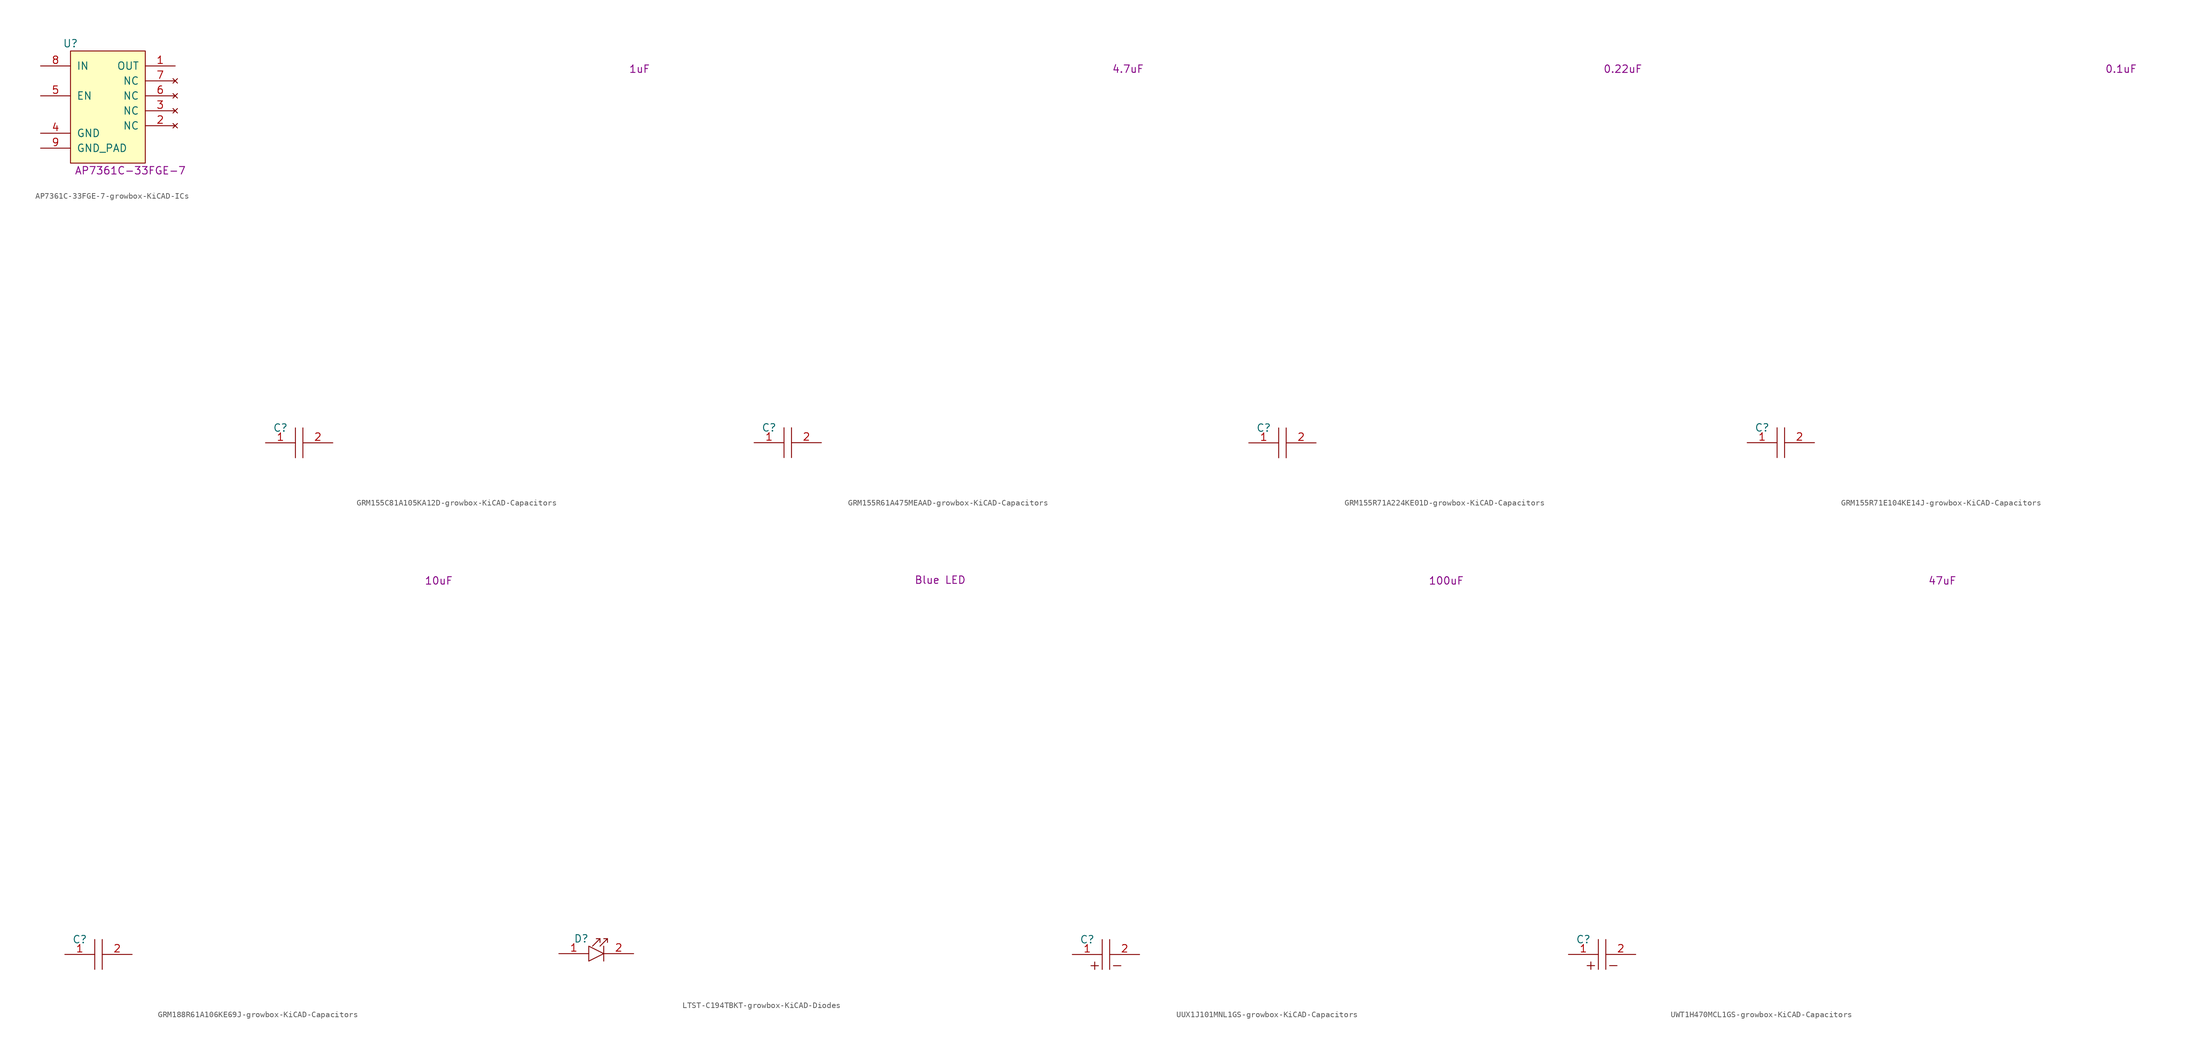
<source format=kicad_sym>
(kicad_symbol_lib
  (version 20231120)
  (generator "kicad_symbol_editor")
  (generator_version "8.0")
  (symbol "AP7361C-33FGE-7-growbox-KiCAD-ICs"
    (pin_names
      (offset 1.016))
    (property "Reference" "U"
      (at 0 1.27 0)
      (effects (font (size 1.27 1.27))))
    (property "_Value_" "AP7361C-33FGE-7"
      (at 10.16 -20.32 0)
      (effects (font (size 1.27 1.27))))
    (symbol "AP7361C-33FGE-7-growbox-KiCAD-ICs_0_1"
      (rectangle (start 0 0) (end 12.7 -19.05) (stroke (width 0) (type solid)) (fill (type background))))
    (symbol "AP7361C-33FGE-7-growbox-KiCAD-ICs_1_1"
      (pin power_out line (at 17.78 -2.54 180) (length 5.08) (name "OUT" (effects (font (size 1.27 1.27)))) (number "1" (effects (font (size 1.27 1.27)))))
      (pin no_connect line (at 17.78 -12.7 180) (length 5.08) (name "NC" (effects (font (size 1.27 1.27)))) (number "2" (effects (font (size 1.27 1.27)))))
      (pin no_connect line (at 17.78 -10.16 180) (length 5.08) (name "NC" (effects (font (size 1.27 1.27)))) (number "3" (effects (font (size 1.27 1.27)))))
      (pin passive line (at -5.08 -13.97 0) (length 5.08) (name "GND" (effects (font (size 1.27 1.27)))) (number "4" (effects (font (size 1.27 1.27)))))
      (pin input line (at -5.08 -7.62 0) (length 5.08) (name "EN" (effects (font (size 1.27 1.27)))) (number "5" (effects (font (size 1.27 1.27)))))
      (pin no_connect line (at 17.78 -7.62 180) (length 5.08) (name "NC" (effects (font (size 1.27 1.27)))) (number "6" (effects (font (size 1.27 1.27)))))
      (pin no_connect line (at 17.78 -5.08 180) (length 5.08) (name "NC" (effects (font (size 1.27 1.27)))) (number "7" (effects (font (size 1.27 1.27)))))
      (pin power_in line (at -5.08 -2.54 0) (length 5.08) (name "IN" (effects (font (size 1.27 1.27)))) (number "8" (effects (font (size 1.27 1.27)))))
      (pin power_in line (at -5.08 -16.51 0) (length 5.08) (name "GND_PAD" (effects (font (size 1.27 1.27)))) (number "9" (effects (font (size 1.27 1.27)))))))
  (symbol "GRM155C81A105KA12D-growbox-KiCAD-Capacitors"
    (pin_names
      (offset 1.016))
    (property "Reference" "C"
      (at -2.54 2.54 0)
      (effects (font (size 1.27 1.27))))
    (property "_Value_" "1uF"
      (at 58.42 63.5 0)
      (effects (font (size 1.27 1.27))))
    (symbol "GRM155C81A105KA12D-growbox-KiCAD-Capacitors_1_1"
      (polyline (pts (xy 0 2.54) (xy 0 -2.54)) (stroke (width 0) (type solid)) (fill (type none)))
      (polyline (pts (xy 1.27 2.54) (xy 1.27 -2.54)) (stroke (width 0) (type solid)) (fill (type none)))
      (pin input line (at -5.08 0 0) (length 5.08) (name "~" (effects (font (size 1.27 1.27)))) (number "1" (effects (font (size 1.27 1.27)))))
      (pin input line (at 6.35 0 180) (length 5.08) (name "~" (effects (font (size 1.27 1.27)))) (number "2" (effects (font (size 1.27 1.27)))))))
  (symbol "GRM155R61A475MEAAD-growbox-KiCAD-Capacitors"
    (pin_names
      (offset 1.016))
    (property "Reference" "C"
      (at -2.54 2.54 0)
      (effects (font (size 1.27 1.27))))
    (property "_Value_" "4.7uF"
      (at 58.42 63.5 0)
      (effects (font (size 1.27 1.27))))
    (symbol "GRM155R61A475MEAAD-growbox-KiCAD-Capacitors_1_1"
      (polyline (pts (xy 0 2.54) (xy 0 -2.54)) (stroke (width 0) (type solid)) (fill (type none)))
      (polyline (pts (xy 1.27 2.54) (xy 1.27 -2.54)) (stroke (width 0) (type solid)) (fill (type none)))
      (pin input line (at -5.08 0 0) (length 5.08) (name "~" (effects (font (size 1.27 1.27)))) (number "1" (effects (font (size 1.27 1.27)))))
      (pin input line (at 6.35 0 180) (length 5.08) (name "~" (effects (font (size 1.27 1.27)))) (number "2" (effects (font (size 1.27 1.27)))))))
  (symbol "GRM155R71A224KE01D-growbox-KiCAD-Capacitors"
    (pin_names
      (offset 1.016))
    (property "Reference" "C"
      (at -2.54 2.54 0)
      (effects (font (size 1.27 1.27))))
    (property "_Value_" "0.22uF"
      (at 58.42 63.5 0)
      (effects (font (size 1.27 1.27))))
    (symbol "GRM155R71A224KE01D-growbox-KiCAD-Capacitors_1_1"
      (polyline (pts (xy 0 2.54) (xy 0 -2.54)) (stroke (width 0) (type solid)) (fill (type none)))
      (polyline (pts (xy 1.27 2.54) (xy 1.27 -2.54)) (stroke (width 0) (type solid)) (fill (type none)))
      (pin input line (at -5.08 0 0) (length 5.08) (name "~" (effects (font (size 1.27 1.27)))) (number "1" (effects (font (size 1.27 1.27)))))
      (pin input line (at 6.35 0 180) (length 5.08) (name "~" (effects (font (size 1.27 1.27)))) (number "2" (effects (font (size 1.27 1.27)))))))
  (symbol "GRM155R71E104KE14J-growbox-KiCAD-Capacitors"
    (pin_names
      (offset 1.016))
    (property "Reference" "C"
      (at -2.54 2.54 0)
      (effects (font (size 1.27 1.27))))
    (property "_Value_" "0.1uF"
      (at 58.42 63.5 0)
      (effects (font (size 1.27 1.27))))
    (symbol "GRM155R71E104KE14J-growbox-KiCAD-Capacitors_1_1"
      (polyline (pts (xy 0 2.54) (xy 0 -2.54)) (stroke (width 0) (type solid)) (fill (type none)))
      (polyline (pts (xy 1.27 2.54) (xy 1.27 -2.54)) (stroke (width 0) (type solid)) (fill (type none)))
      (pin input line (at -5.08 0 0) (length 5.08) (name "~" (effects (font (size 1.27 1.27)))) (number "1" (effects (font (size 1.27 1.27)))))
      (pin input line (at 6.35 0 180) (length 5.08) (name "~" (effects (font (size 1.27 1.27)))) (number "2" (effects (font (size 1.27 1.27)))))))
  (symbol "GRM188R61A106KE69J-growbox-KiCAD-Capacitors"
    (pin_names
      (offset 1.016))
    (property "Reference" "C"
      (at -2.54 2.54 0)
      (effects (font (size 1.27 1.27))))
    (property "_Value_" "10uF"
      (at 58.42 63.5 0)
      (effects (font (size 1.27 1.27))))
    (symbol "GRM188R61A106KE69J-growbox-KiCAD-Capacitors_1_1"
      (polyline (pts (xy 0 2.54) (xy 0 -2.54)) (stroke (width 0) (type solid)) (fill (type none)))
      (polyline (pts (xy 1.27 2.54) (xy 1.27 -2.54)) (stroke (width 0) (type solid)) (fill (type none)))
      (pin input line (at -5.08 0 0) (length 5.08) (name "~" (effects (font (size 1.27 1.27)))) (number "1" (effects (font (size 1.27 1.27)))))
      (pin input line (at 6.35 0 180) (length 5.08) (name "~" (effects (font (size 1.27 1.27)))) (number "2" (effects (font (size 1.27 1.27)))))))
  (symbol "LTST-C194TBKT-growbox-KiCAD-Diodes"
    (pin_names
      (offset 1.016))
    (property "Reference" "D"
      (at -2.54 2.54 0)
      (effects (font (size 1.27 1.27))))
    (property "_Value_" "Blue LED"
      (at 58.42 63.5 0)
      (effects (font (size 1.27 1.27))))
    (symbol "LTST-C194TBKT-growbox-KiCAD-Diodes_0_1"
      (polyline (pts (xy -0.635 1.27) (xy 0.635 2.54)) (stroke (width 0) (type solid)) (fill (type none)))
      (polyline (pts (xy 0.635 2.54) (xy 0 2.54)) (stroke (width 0) (type solid)) (fill (type none)))
      (polyline (pts (xy 0.635 2.54) (xy 0.635 1.905)) (stroke (width 0) (type solid)) (fill (type none)))
      (polyline (pts (xy 1.27 -1.27) (xy 1.27 1.27)) (stroke (width 0) (type solid)) (fill (type none)))
      (polyline (pts (xy 1.905 2.54) (xy 1.905 1.905)) (stroke (width 0) (type solid)) (fill (type none)))
      (polyline (pts (xy 0.635 1.27) (xy 1.905 2.54) (xy 1.27 2.54)) (stroke (width 0) (type solid)) (fill (type none)))
      (polyline (pts (xy -1.27 1.27) (xy -1.27 -1.27) (xy 1.27 0) (xy -1.27 1.27)) (stroke (width 0) (type solid)) (fill (type none))))
    (symbol "LTST-C194TBKT-growbox-KiCAD-Diodes_1_1"
      (pin passive line (at -6.35 0 0) (length 5.08) (name "~" (effects (font (size 1.27 1.27)))) (number "1" (effects (font (size 1.27 1.27)))))
      (pin passive line (at 6.35 0 180) (length 5.08) (name "~" (effects (font (size 1.27 1.27)))) (number "2" (effects (font (size 1.27 1.27)))))))
  (symbol "UUX1J101MNL1GS-growbox-KiCAD-Capacitors"
    (pin_names
      (offset 1.016))
    (property "Reference" "C"
      (at -2.54 2.54 0)
      (effects (font (size 1.27 1.27))))
    (property "_Value_" "100uF"
      (at 58.42 63.5 0)
      (effects (font (size 1.27 1.27))))
    (symbol "UUX1J101MNL1GS-growbox-KiCAD-Capacitors_0_1"
      (polyline (pts (xy -1.27 -1.27) (xy -1.27 -2.54)) (stroke (width 0) (type solid)) (fill (type none)))
      (polyline (pts (xy -0.635 -1.905) (xy -1.905 -1.905)) (stroke (width 0) (type solid)) (fill (type none)))
      (polyline (pts (xy 1.905 -1.905) (xy 3.175 -1.905)) (stroke (width 0) (type solid)) (fill (type none))))
    (symbol "UUX1J101MNL1GS-growbox-KiCAD-Capacitors_1_1"
      (polyline (pts (xy 0 2.54) (xy 0 -2.54)) (stroke (width 0) (type solid)) (fill (type none)))
      (polyline (pts (xy 1.27 2.54) (xy 1.27 -2.54)) (stroke (width 0) (type solid)) (fill (type none)))
      (pin input line (at -5.08 0 0) (length 5.08) (name "~" (effects (font (size 1.27 1.27)))) (number "1" (effects (font (size 1.27 1.27)))))
      (pin input line (at 6.35 0 180) (length 5.08) (name "~" (effects (font (size 1.27 1.27)))) (number "2" (effects (font (size 1.27 1.27)))))))
  (symbol "UWT1H470MCL1GS-growbox-KiCAD-Capacitors"
    (pin_names
      (offset 1.016))
    (property "Reference" "C"
      (at -2.54 2.54 0)
      (effects (font (size 1.27 1.27))))
    (property "_Value_" "47uF"
      (at 58.42 63.5 0)
      (effects (font (size 1.27 1.27))))
    (symbol "UWT1H470MCL1GS-growbox-KiCAD-Capacitors_0_1"
      (polyline (pts (xy -1.27 -1.27) (xy -1.27 -2.54)) (stroke (width 0) (type solid)) (fill (type none)))
      (polyline (pts (xy -0.635 -1.905) (xy -1.905 -1.905)) (stroke (width 0) (type solid)) (fill (type none)))
      (polyline (pts (xy 1.905 -1.905) (xy 3.175 -1.905)) (stroke (width 0) (type solid)) (fill (type none))))
    (symbol "UWT1H470MCL1GS-growbox-KiCAD-Capacitors_1_1"
      (polyline (pts (xy 0 2.54) (xy 0 -2.54)) (stroke (width 0) (type solid)) (fill (type none)))
      (polyline (pts (xy 1.27 2.54) (xy 1.27 -2.54)) (stroke (width 0) (type solid)) (fill (type none)))
      (pin input line (at -5.08 0 0) (length 5.08) (name "~" (effects (font (size 1.27 1.27)))) (number "1" (effects (font (size 1.27 1.27)))))
      (pin input line (at 6.35 0 180) (length 5.08) (name "~" (effects (font (size 1.27 1.27)))) (number "2" (effects (font (size 1.27 1.27))))))))
</source>
